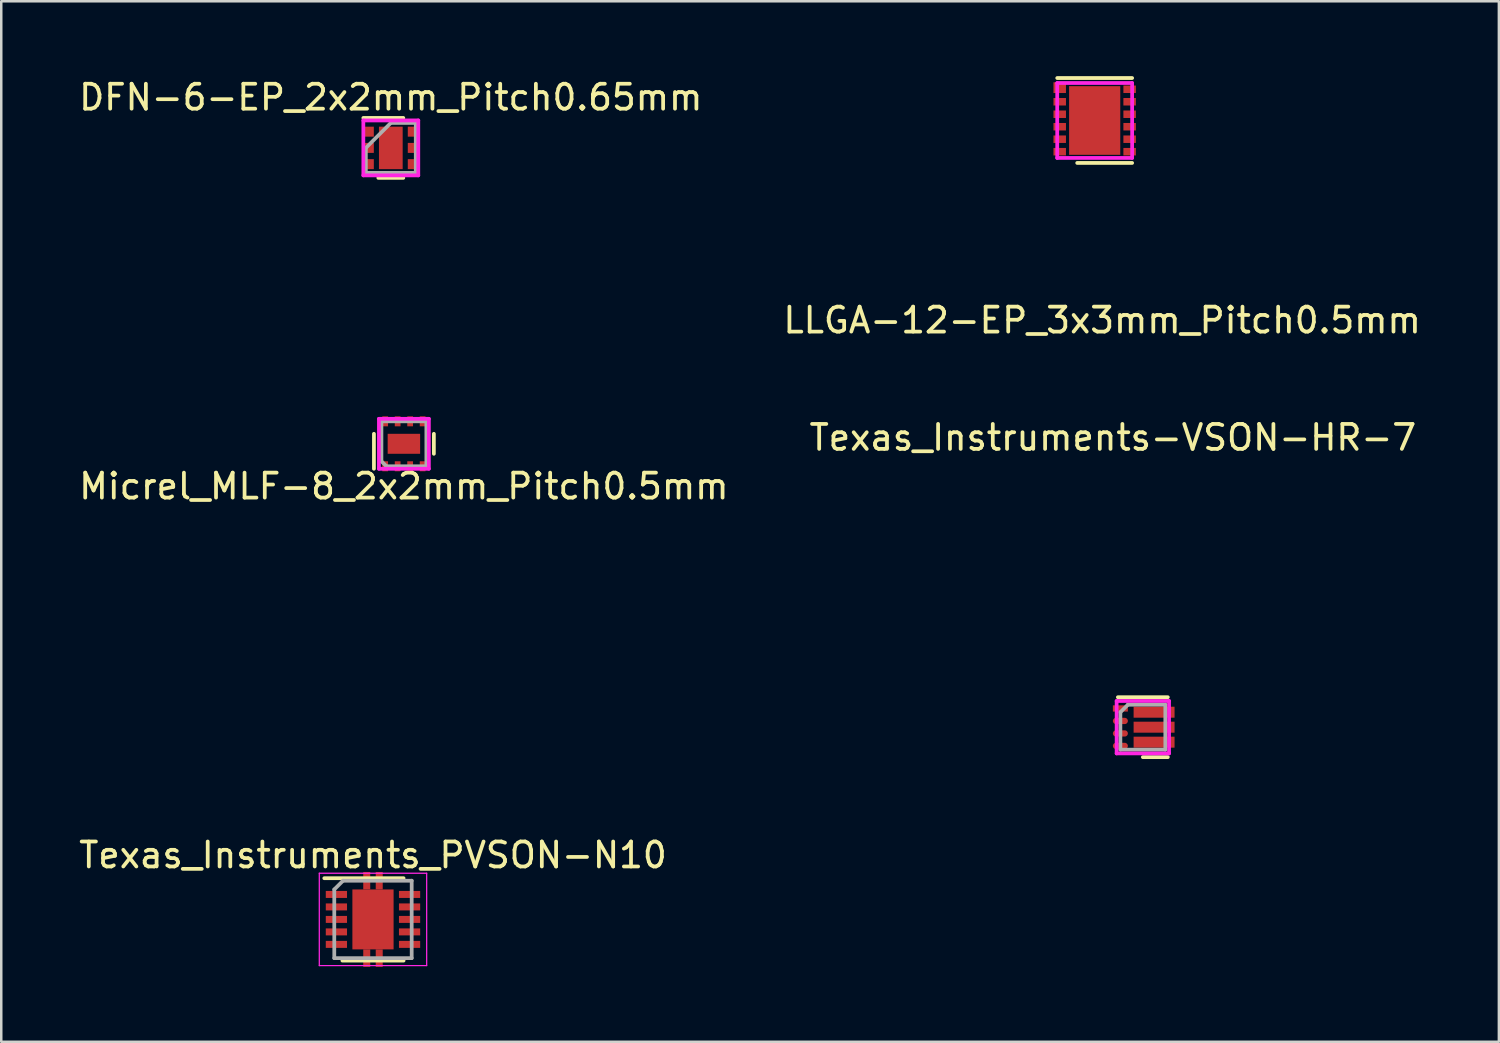
<source format=kicad_pcb>
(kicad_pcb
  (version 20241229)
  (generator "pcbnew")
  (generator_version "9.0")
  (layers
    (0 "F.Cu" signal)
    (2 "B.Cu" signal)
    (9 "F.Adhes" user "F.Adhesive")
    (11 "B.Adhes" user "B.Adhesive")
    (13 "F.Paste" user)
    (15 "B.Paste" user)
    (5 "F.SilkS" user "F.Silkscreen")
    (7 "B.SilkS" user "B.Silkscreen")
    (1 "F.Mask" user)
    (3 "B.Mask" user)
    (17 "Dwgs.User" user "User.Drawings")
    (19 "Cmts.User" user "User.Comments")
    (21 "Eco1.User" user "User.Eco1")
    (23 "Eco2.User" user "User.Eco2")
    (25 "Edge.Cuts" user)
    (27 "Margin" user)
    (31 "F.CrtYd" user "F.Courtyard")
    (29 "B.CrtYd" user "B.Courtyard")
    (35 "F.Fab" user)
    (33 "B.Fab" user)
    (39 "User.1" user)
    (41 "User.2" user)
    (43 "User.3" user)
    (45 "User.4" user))
  (footprint "LLGA-12-EP_3x3mm_Pitch0.5mm"
    (layer "F.Cu")
    (at 40.789 1.775)
    (property "Reference" "LLGA-12-EP_3x3mm_Pitch0.5mm" (at 0.3 8 0) (layer "F.SilkS") (effects (font (size 1 1) (thickness 0.15))))
    (attr through_hole)
    (fp_line (start -1.5 -1.7) (end 1.5 -1.7) (stroke (width 0.15) (type solid)) (layer "F.SilkS"))
    (fp_line (start -0.7 1.7) (end 1.5 1.7) (stroke (width 0.15) (type solid)) (layer "F.SilkS"))
    (fp_line (start -1.5 -1.5) (end 1.5 -1.5) (stroke (width 0.15) (type solid)) (layer "F.CrtYd"))
    (fp_line (start -1.5 1.5) (end -1.5 -1.5) (stroke (width 0.15) (type solid)) (layer "F.CrtYd"))
    (fp_line (start 1.5 -1.5) (end 1.5 1.5) (stroke (width 0.15) (type solid)) (layer "F.CrtYd"))
    (fp_line (start 1.5 1.5) (end -1.5 1.5) (stroke (width 0.15) (type solid)) (layer "F.CrtYd"))
    (pad "1" smd rect (at -1.4 -1.315) (size 0.5 0.43) (layers "F.Cu" "F.Mask" "F.Paste"))
    (pad "2" smd rect (at -1.4 -0.75) (size 0.5 0.3) (layers "F.Cu" "F.Mask" "F.Paste"))
    (pad "3" smd rect (at -1.4 -0.25) (size 0.5 0.3) (layers "F.Cu" "F.Mask" "F.Paste"))
    (pad "4" smd rect (at -1.4 0.25) (size 0.5 0.3) (layers "F.Cu" "F.Mask" "F.Paste"))
    (pad "5" smd rect (at -1.4 0.75) (size 0.5 0.3) (layers "F.Cu" "F.Mask" "F.Paste"))
    (pad "6" smd rect (at -1.4 1.25) (size 0.5 0.3) (layers "F.Cu" "F.Mask" "F.Paste"))
    (pad "7" smd rect (at 1.4 1.25) (size 0.5 0.3) (layers "F.Cu" "F.Mask" "F.Paste"))
    (pad "8" smd rect (at 1.4 0.75) (size 0.5 0.3) (layers "F.Cu" "F.Mask" "F.Paste"))
    (pad "9" smd rect (at 1.4 0.25) (size 0.5 0.3) (layers "F.Cu" "F.Mask" "F.Paste"))
    (pad "10" smd rect (at 1.4 -0.25) (size 0.5 0.3) (layers "F.Cu" "F.Mask" "F.Paste"))
    (pad "11" smd rect (at 1.4 -0.75) (size 0.5 0.3) (layers "F.Cu" "F.Mask" "F.Paste"))
    (pad "12" smd rect (at 1.4 -1.25) (size 0.5 0.3) (layers "F.Cu" "F.Mask" "F.Paste"))
    (pad "EP" smd rect (at 0 0) (size 2.05 2.75) (layers "F.Cu" "F.Mask" "F.Paste")))
  (footprint "Texas_Instruments-VSON-HR-7"
    (layer "F.Cu")
    (at 42.718 26.072)
    (property "Reference" "Texas_Instruments-VSON-HR-7" (at -1.2 -11.6 0) (layer "F.SilkS") (effects (font (size 1 1) (thickness 0.15))))
    (attr through_hole)
    (fp_line (start -1 -1.2) (end 1 -1.2) (stroke (width 0.15) (type solid)) (layer "F.SilkS"))
    (fp_line (start 0 1.2) (end 1 1.2) (stroke (width 0.15) (type solid)) (layer "F.SilkS"))
    (fp_line (start -1.05 -1.05) (end 1.05 -1.05) (stroke (width 0.15) (type solid)) (layer "F.CrtYd"))
    (fp_line (start -1.05 1.05) (end -1.05 -1.05) (stroke (width 0.15) (type solid)) (layer "F.CrtYd"))
    (fp_line (start 1.05 -1.05) (end 1.05 1.05) (stroke (width 0.15) (type solid)) (layer "F.CrtYd"))
    (fp_line (start 1.05 1.05) (end -1.05 1.05) (stroke (width 0.15) (type solid)) (layer "F.CrtYd"))
    (fp_line (start -0.9 -0.6) (end -0.9 0.9) (stroke (width 0.15) (type solid)) (layer "F.Fab"))
    (fp_line (start -0.9 0.9) (end 0.9 0.9) (stroke (width 0.15) (type solid)) (layer "F.Fab"))
    (fp_line (start -0.6 -0.9) (end -0.9 -0.6) (stroke (width 0.15) (type solid)) (layer "F.Fab"))
    (fp_line (start 0.9 -0.9) (end -0.6 -0.9) (stroke (width 0.15) (type solid)) (layer "F.Fab"))
    (fp_line (start 0.9 0.9) (end 0.9 -0.9) (stroke (width 0.15) (type solid)) (layer "F.Fab"))
    (pad "1" smd rect (at -0.9 -0.75) (size 0.6 0.25) (layers "F.Cu" "F.Mask" "F.Paste"))
    (pad "2" smd oval (at -0.9 -0.25) (size 0.6 0.25) (layers "F.Cu" "F.Mask" "F.Paste"))
    (pad "3" smd oval (at -0.9 0.25) (size 0.6 0.25) (layers "F.Cu" "F.Mask" "F.Paste"))
    (pad "4" smd oval (at -0.9 0.75) (size 0.6 0.25) (layers "F.Cu" "F.Mask" "F.Paste"))
    (pad "5" smd rect (at 0.45 0.6) (size 1.64 0.44) (layers "F.Cu" "F.Mask" "F.Paste"))
    (pad "6" smd rect (at 0.45 0) (size 1.64 0.44) (layers "F.Cu" "F.Mask" "F.Paste"))
    (pad "7" smd rect (at 0.45 -0.6) (size 1.64 0.44) (layers "F.Cu" "F.Mask" "F.Paste")))
  (footprint "DFN-6-EP_2x2mm_Pitch0.65mm"
    (layer "F.Cu")
    (at 12.601 2.873)
    (property "Reference" "DFN-6-EP_2x2mm_Pitch0.65mm" (at 0 -2.025 0) (layer "F.SilkS") (effects (font (size 1 1) (thickness 0.15))))
    (attr smd)
    (fp_line (start -1.1 -1.2) (end 0.5 -1.2) (stroke (width 0.15) (type solid)) (layer "F.SilkS"))
    (fp_line (start -0.5 1.2) (end 0.5 1.2) (stroke (width 0.15) (type solid)) (layer "F.SilkS"))
    (fp_line (start -1.1 -1.1) (end 1.1 -1.1) (stroke (width 0.15) (type solid)) (layer "F.CrtYd"))
    (fp_line (start -1.1 1.1) (end -1.1 -1.1) (stroke (width 0.15) (type solid)) (layer "F.CrtYd"))
    (fp_line (start 1.1 -1.1) (end 1.1 1.1) (stroke (width 0.15) (type solid)) (layer "F.CrtYd"))
    (fp_line (start 1.1 1.1) (end -1.1 1.1) (stroke (width 0.15) (type solid)) (layer "F.CrtYd"))
    (fp_line (start -1 0) (end 0 -1) (stroke (width 0.15) (type solid)) (layer "F.Fab"))
    (fp_line (start -1 1) (end -1 0) (stroke (width 0.15) (type solid)) (layer "F.Fab"))
    (fp_line (start 0 -1) (end 1 -1) (stroke (width 0.15) (type solid)) (layer "F.Fab"))
    (fp_line (start 1 -1) (end 1 1) (stroke (width 0.15) (type solid)) (layer "F.Fab"))
    (fp_line (start 1 1) (end -1 1) (stroke (width 0.15) (type solid)) (layer "F.Fab"))
    (pad "1" smd rect (at -0.915 -0.65) (size 0.47 0.4) (layers "F.Cu" "F.Mask" "F.Paste"))
    (pad "2" smd rect (at -0.915 0) (size 0.47 0.4) (layers "F.Cu" "F.Mask" "F.Paste"))
    (pad "3" smd rect (at -0.915 0.65) (size 0.47 0.4) (layers "F.Cu" "F.Mask" "F.Paste"))
    (pad "4" smd rect (at 0.915 0.65) (size 0.47 0.4) (layers "F.Cu" "F.Mask" "F.Paste"))
    (pad "5" smd rect (at 0.915 0) (size 0.47 0.4) (layers "F.Cu" "F.Mask" "F.Paste"))
    (pad "6" smd rect (at 0.915 -0.65) (size 0.47 0.4) (layers "F.Cu" "F.Mask" "F.Paste"))
    (pad "EP" smd rect (at 0 0) (size 0.95 1.7) (layers "F.Cu" "F.Mask" "F.Paste")))
  (footprint "Texas_Instruments_PVSON-N10"
    (layer "F.Cu")
    (at 11.887 33.77)
    (property "Reference" "Texas_Instruments_PVSON-N10" (at 0 -2.575 0) (layer "F.SilkS") (effects (font (size 1 1) (thickness 0.15))))
    (attr smd)
    (fp_line (start -1.95 -1.65) (end 1.225 -1.65) (stroke (width 0.15) (type solid)) (layer "F.SilkS"))
    (fp_line (start -1.225 1.65) (end 1.225 1.65) (stroke (width 0.15) (type solid)) (layer "F.SilkS"))
    (fp_line (start -2.15 -1.85) (end -2.15 1.85) (stroke (width 0.05) (type solid)) (layer "F.CrtYd"))
    (fp_line (start -2.15 -1.85) (end 2.15 -1.85) (stroke (width 0.05) (type solid)) (layer "F.CrtYd"))
    (fp_line (start -2.15 1.85) (end 2.15 1.85) (stroke (width 0.05) (type solid)) (layer "F.CrtYd"))
    (fp_line (start 2.15 -1.85) (end 2.15 1.85) (stroke (width 0.05) (type solid)) (layer "F.CrtYd"))
    (fp_line (start -1.55 -1.2) (end -1.55 1.55) (stroke (width 0.15) (type solid)) (layer "F.Fab"))
    (fp_line (start -1.55 -1.2) (end -1.2 -1.55) (stroke (width 0.15) (type solid)) (layer "F.Fab"))
    (fp_line (start -1.2 -1.55) (end 1.55 -1.55) (stroke (width 0.15) (type solid)) (layer "F.Fab"))
    (fp_line (start 1.55 -1.55) (end 1.55 1.55) (stroke (width 0.15) (type solid)) (layer "F.Fab"))
    (fp_line (start 1.55 1.55) (end -1.55 1.55) (stroke (width 0.15) (type solid)) (layer "F.Fab"))
    (pad "1" smd rect (at -1.465 -1) (size 0.85 0.28) (layers "F.Cu" "F.Mask" "F.Paste"))
    (pad "2" smd rect (at -1.465 -0.5) (size 0.85 0.28) (layers "F.Cu" "F.Mask" "F.Paste"))
    (pad "3" smd rect (at -1.465 0) (size 0.85 0.28) (layers "F.Cu" "F.Mask" "F.Paste"))
    (pad "4" smd rect (at -1.465 0.5) (size 0.85 0.28) (layers "F.Cu" "F.Mask" "F.Paste"))
    (pad "5" smd rect (at -1.465 1) (size 0.85 0.28) (layers "F.Cu" "F.Mask" "F.Paste"))
    (pad "6" smd rect (at 1.465 1) (size 0.85 0.28) (layers "F.Cu" "F.Mask" "F.Paste"))
    (pad "7" smd rect (at 1.465 0.5) (size 0.85 0.28) (layers "F.Cu" "F.Mask" "F.Paste"))
    (pad "8" smd rect (at 1.465 0) (size 0.85 0.28) (layers "F.Cu" "F.Mask" "F.Paste"))
    (pad "9" smd rect (at 1.465 -0.5) (size 0.85 0.28) (layers "F.Cu" "F.Mask" "F.Paste"))
    (pad "10" smd rect (at 1.465 -1) (size 0.85 0.28) (layers "F.Cu" "F.Mask" "F.Paste"))
    (pad "EP" smd rect (at -0.25 -1.55) (size 0.28 0.7) (layers "F.Cu" "F.Mask" "F.Paste"))
    (pad "EP" smd rect (at -0.25 1.55) (size 0.28 0.7) (layers "F.Cu" "F.Mask" "F.Paste"))
    (pad "EP" smd rect (at 0 0) (size 1.65 2.4) (layers "F.Cu" "F.Mask" "F.Paste"))
    (pad "EP" smd rect (at 0.25 -1.55) (size 0.28 0.7) (layers "F.Cu" "F.Mask" "F.Paste"))
    (pad "EP" smd rect (at 0.25 1.55) (size 0.28 0.7) (layers "F.Cu" "F.Mask" "F.Paste")))
  (footprint "Micrel_MLF-8_2x2mm_Pitch0.5mm"
    (layer "F.Cu")
    (at 13.125 14.723)
    (property "Reference" "Micrel_MLF-8_2x2mm_Pitch0.5mm" (at 0 1.7 0) (layer "F.SilkS") (effects (font (size 1 1) (thickness 0.15))))
    (attr through_hole)
    (fp_line (start -1.2 -0.4) (end -1.2 1) (stroke (width 0.15) (type solid)) (layer "F.SilkS"))
    (fp_line (start 1.2 -0.4) (end 1.2 0.4) (stroke (width 0.15) (type solid)) (layer "F.SilkS"))
    (fp_line (start -1 -1) (end 1 -1) (stroke (width 0.15) (type solid)) (layer "F.CrtYd"))
    (fp_line (start -1 1) (end -1 -1) (stroke (width 0.15) (type solid)) (layer "F.CrtYd"))
    (fp_line (start 1 -1) (end 1 1) (stroke (width 0.15) (type solid)) (layer "F.CrtYd"))
    (fp_line (start 1 1) (end -1 1) (stroke (width 0.15) (type solid)) (layer "F.CrtYd"))
    (fp_line (start -0.9 -0.9) (end 0.9 -0.9) (stroke (width 0.15) (type solid)) (layer "F.Fab"))
    (fp_line (start -0.9 0.7) (end -0.9 -0.9) (stroke (width 0.15) (type solid)) (layer "F.Fab"))
    (fp_line (start -0.7 0.9) (end -0.9 0.7) (stroke (width 0.15) (type solid)) (layer "F.Fab"))
    (fp_line (start 0.9 -0.9) (end 0.9 0.9) (stroke (width 0.15) (type solid)) (layer "F.Fab"))
    (fp_line (start 0.9 0.9) (end -0.7 0.9) (stroke (width 0.15) (type solid)) (layer "F.Fab"))
    (pad "1" smd rect (at -0.75 0.9) (size 0.23 0.4) (layers "F.Cu" "F.Mask" "F.Paste"))
    (pad "2" smd rect (at -0.25 0.9) (size 0.23 0.4) (layers "F.Cu" "F.Mask" "F.Paste"))
    (pad "3" smd rect (at 0.25 0.9) (size 0.23 0.4) (layers "F.Cu" "F.Mask" "F.Paste"))
    (pad "4" smd rect (at 0.75 0.9) (size 0.23 0.4) (layers "F.Cu" "F.Mask" "F.Paste"))
    (pad "5" smd rect (at 0.75 -0.9) (size 0.23 0.4) (layers "F.Cu" "F.Mask" "F.Paste"))
    (pad "6" smd rect (at 0.25 -0.9) (size 0.23 0.4) (layers "F.Cu" "F.Mask" "F.Paste"))
    (pad "7" smd rect (at -0.25 -0.9) (size 0.23 0.4) (layers "F.Cu" "F.Mask" "F.Paste"))
    (pad "8" smd rect (at -0.75 -0.9) (size 0.23 0.4) (layers "F.Cu" "F.Mask" "F.Paste"))
    (pad "EP" smd rect (at 0 0) (size 1.3 0.8) (layers "F.Cu" "F.Mask" "F.Paste")))
  (gr_rect
    (start -3 -3)
    (end 56.976 38.67)
    (stroke (width 0.1) (type default))
    (fill no)
    (layer "Edge.Cuts")))
</source>
